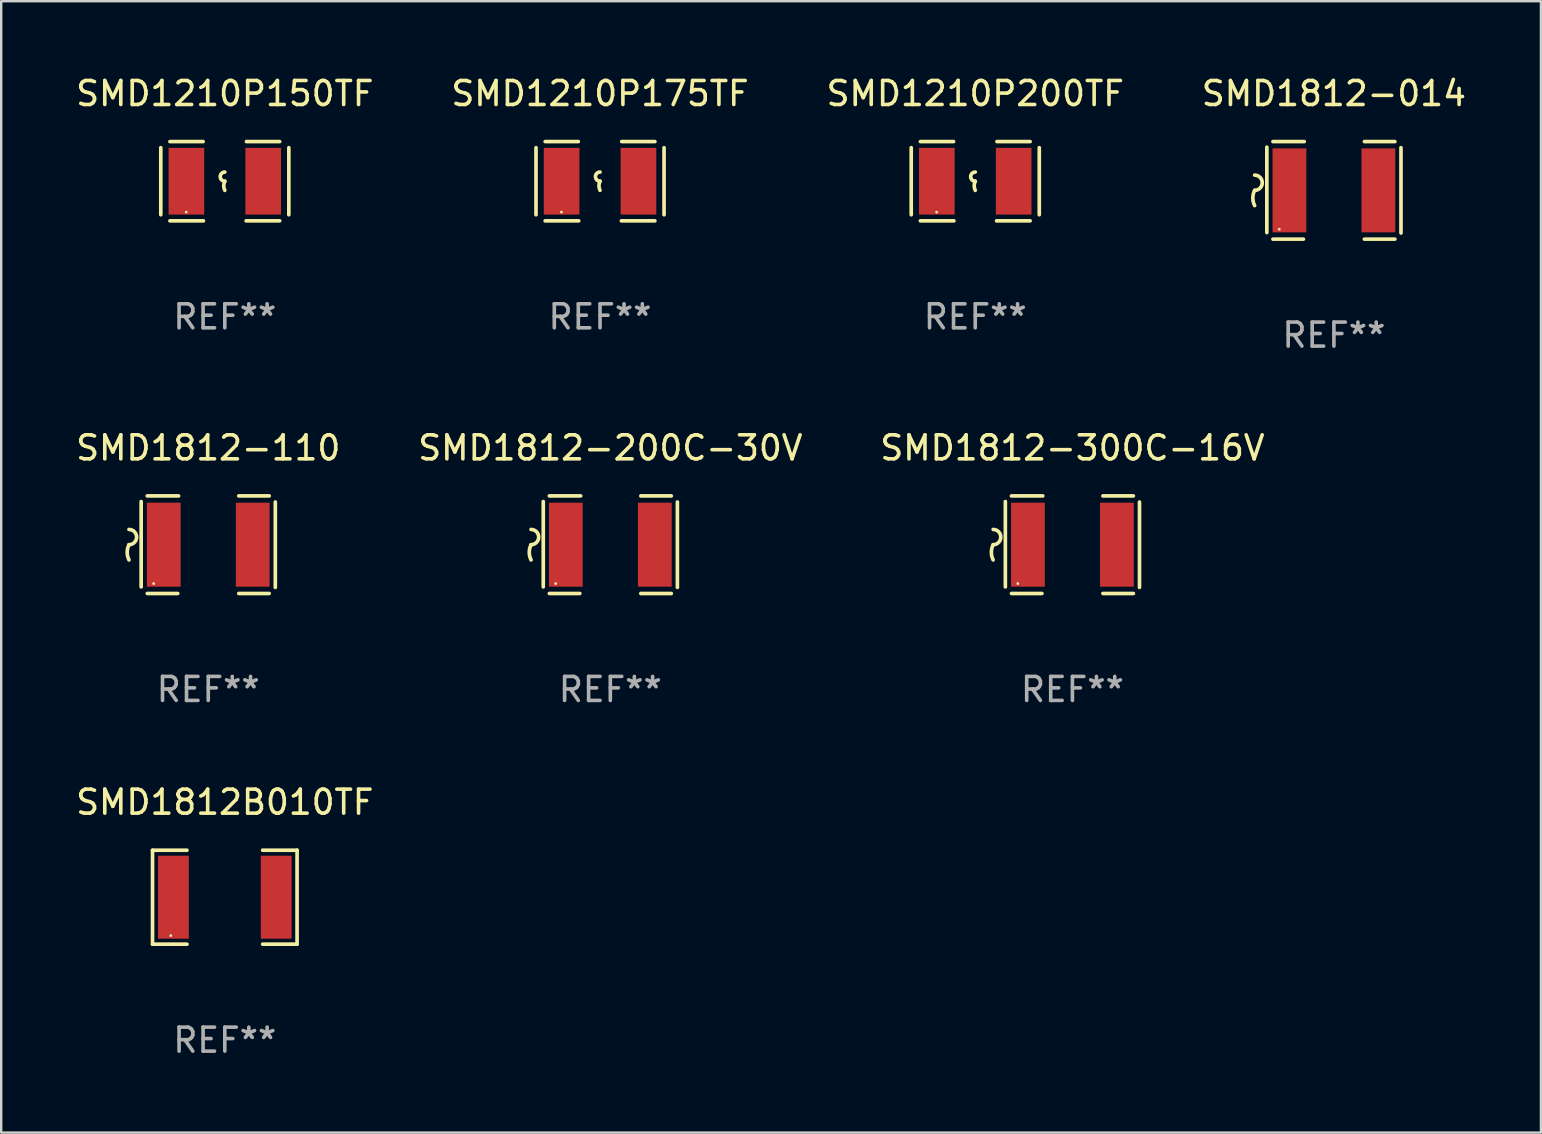
<source format=kicad_pcb>
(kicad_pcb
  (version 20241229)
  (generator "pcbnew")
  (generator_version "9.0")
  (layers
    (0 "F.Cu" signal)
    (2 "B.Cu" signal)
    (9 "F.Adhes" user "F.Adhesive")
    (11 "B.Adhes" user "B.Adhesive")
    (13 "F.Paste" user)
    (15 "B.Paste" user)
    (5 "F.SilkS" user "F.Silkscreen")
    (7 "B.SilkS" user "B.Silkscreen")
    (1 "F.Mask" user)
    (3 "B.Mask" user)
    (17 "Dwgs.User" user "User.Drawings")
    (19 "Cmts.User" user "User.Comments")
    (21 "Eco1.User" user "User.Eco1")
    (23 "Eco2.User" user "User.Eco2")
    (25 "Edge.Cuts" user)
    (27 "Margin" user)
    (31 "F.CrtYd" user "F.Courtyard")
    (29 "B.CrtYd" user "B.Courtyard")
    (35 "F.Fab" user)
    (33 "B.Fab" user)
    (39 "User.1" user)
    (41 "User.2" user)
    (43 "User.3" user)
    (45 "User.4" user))
  (footprint "SMD1210P200TF"
    (layer "F.Cu")
    (at 37.577 4.499)
    (property "Reference" "SMD1210P200TF" (at 0 -3.651 0) (layer "F.SilkS") (effects (font (size 1 1) (thickness 0.15))))
    (attr through_hole)
    (fp_line (start -2.667 -1.397) (end -2.667 1.397) (stroke (width 0.152) (type solid)) (layer "F.SilkS"))
    (fp_line (start -2.286 -1.651) (end -0.903 -1.651) (stroke (width 0.152) (type solid)) (layer "F.SilkS"))
    (fp_line (start -0.889 1.651) (end -2.286 1.651) (stroke (width 0.152) (type solid)) (layer "F.SilkS"))
    (fp_line (start 0.889 1.651) (end 2.286 1.651) (stroke (width 0.152) (type solid)) (layer "F.SilkS"))
    (fp_line (start 2.286 -1.651) (end 0.903 -1.651) (stroke (width 0.152) (type solid)) (layer "F.SilkS"))
    (fp_line (start 2.667 -1.397) (end 2.667 1.397) (stroke (width 0.152) (type solid)) (layer "F.SilkS"))
    (fp_arc (start 0 0) (mid -0.1905 -0.1905) (end 0 -0.381) (stroke (width 0.151994) (type solid)) (layer "F.SilkS"))
    (fp_arc (start 0 0.381001) (mid -0.044971 0.1905) (end 0 0) (stroke (width 0.151994) (type solid)) (layer "F.SilkS"))
    (fp_circle (center -1.608 1.288) (end -1.578 1.288) (stroke (width 0.06) (type solid)) (fill no) (layer "F.SilkS"))
    (fp_text user "REF**" (at 0 5.651 0) (layer "F.Fab") (effects (font (size 1 1) (thickness 0.15))))
    (pad "1" smd rect (at -1.6 0) (size 1.485 2.781) (layers "F.Cu" "F.Mask" "F.Paste"))
    (pad "2" smd rect (at 1.6 0) (size 1.485 2.781) (layers "F.Cu" "F.Mask" "F.Paste")))
  (footprint "SMD1812-110"
    (layer "F.Cu")
    (at 5.625 19.641)
    (property "Reference" "SMD1812-110" (at 0 -4.032 0) (layer "F.SilkS") (effects (font (size 1 1) (thickness 0.15))))
    (attr through_hole)
    (fp_line (start -2.794 -1.798) (end -2.794 1.758) (stroke (width 0.152) (type solid)) (layer "F.SilkS"))
    (fp_line (start -2.54 -2.032) (end -1.235 -2.032) (stroke (width 0.152) (type solid)) (layer "F.SilkS"))
    (fp_line (start -1.27 2.032) (end -2.54 2.032) (stroke (width 0.152) (type solid)) (layer "F.SilkS"))
    (fp_line (start 1.27 2.032) (end 2.54 2.032) (stroke (width 0.152) (type solid)) (layer "F.SilkS"))
    (fp_line (start 2.54 -2.032) (end 1.27 -2.032) (stroke (width 0.152) (type solid)) (layer "F.SilkS"))
    (fp_line (start 2.794 -1.778) (end 2.794 1.778) (stroke (width 0.152) (type solid)) (layer "F.SilkS"))
    (fp_arc (start -3.302007 -0.635002) (mid -2.984506 -0.317501) (end -3.302007 0) (stroke (width 0.151994) (type solid)) (layer "F.SilkS"))
    (fp_arc (start -3.302007 0.635002) (mid -3.376959 0.317501) (end -3.302007 0) (stroke (width 0.151994) (type solid)) (layer "F.SilkS"))
    (fp_circle (center -2.275 1.62) (end -2.245 1.62) (stroke (width 0.06) (type solid)) (fill no) (layer "F.SilkS"))
    (fp_text user "REF**" (at 0 6.032 0) (layer "F.Fab") (effects (font (size 1 1) (thickness 0.15))))
    (pad "1" smd rect (at -1.853 0) (size 1.407 3.499) (layers "F.Cu" "F.Mask" "F.Paste"))
    (pad "2" smd rect (at 1.853 0) (size 1.407 3.499) (layers "F.Cu" "F.Mask" "F.Paste")))
  (footprint "SMD1812B010TF"
    (layer "F.Cu")
    (at 6.315 34.326)
    (property "Reference" "SMD1812B010TF" (at 0 -3.957 0) (layer "F.SilkS") (effects (font (size 1 1) (thickness 0.15))))
    (attr through_hole)
    (fp_line (start -3.011 -1.957) (end -1.576 -1.957) (stroke (width 0.152) (type solid)) (layer "F.SilkS"))
    (fp_line (start -3.011 1.957) (end -3.011 -1.957) (stroke (width 0.152) (type solid)) (layer "F.SilkS"))
    (fp_line (start -1.576 1.957) (end -3.011 1.957) (stroke (width 0.152) (type solid)) (layer "F.SilkS"))
    (fp_line (start 1.576 1.957) (end 3.011 1.957) (stroke (width 0.152) (type solid)) (layer "F.SilkS"))
    (fp_line (start 3.011 -1.957) (end 1.576 -1.957) (stroke (width 0.152) (type solid)) (layer "F.SilkS"))
    (fp_line (start 3.011 1.957) (end 3.011 -1.957) (stroke (width 0.152) (type solid)) (layer "F.SilkS"))
    (fp_circle (center -2.25 1.6) (end -2.22 1.6) (stroke (width 0.06) (type solid)) (fill no) (layer "F.SilkS"))
    (fp_text user "REF**" (at 0 5.957 0) (layer "F.Fab") (effects (font (size 1 1) (thickness 0.15))))
    (pad "1" smd rect (at -2.141 0) (size 1.283 3.456) (layers "F.Cu" "F.Mask" "F.Paste"))
    (pad "2" smd rect (at 2.141 0) (size 1.283 3.456) (layers "F.Cu" "F.Mask" "F.Paste")))
  (footprint "SMD1210P175TF"
    (layer "F.Cu")
    (at 21.946 4.499)
    (property "Reference" "SMD1210P175TF" (at 0 -3.651 0) (layer "F.SilkS") (effects (font (size 1 1) (thickness 0.15))))
    (attr through_hole)
    (fp_line (start -2.667 -1.397) (end -2.667 1.397) (stroke (width 0.152) (type solid)) (layer "F.SilkS"))
    (fp_line (start -2.286 -1.651) (end -0.903 -1.651) (stroke (width 0.152) (type solid)) (layer "F.SilkS"))
    (fp_line (start -0.889 1.651) (end -2.286 1.651) (stroke (width 0.152) (type solid)) (layer "F.SilkS"))
    (fp_line (start 0.889 1.651) (end 2.286 1.651) (stroke (width 0.152) (type solid)) (layer "F.SilkS"))
    (fp_line (start 2.286 -1.651) (end 0.903 -1.651) (stroke (width 0.152) (type solid)) (layer "F.SilkS"))
    (fp_line (start 2.667 -1.397) (end 2.667 1.397) (stroke (width 0.152) (type solid)) (layer "F.SilkS"))
    (fp_arc (start 0 0) (mid -0.1905 -0.1905) (end 0 -0.381) (stroke (width 0.151994) (type solid)) (layer "F.SilkS"))
    (fp_arc (start 0 0.381001) (mid -0.044971 0.1905) (end 0 0) (stroke (width 0.151994) (type solid)) (layer "F.SilkS"))
    (fp_circle (center -1.608 1.288) (end -1.578 1.288) (stroke (width 0.06) (type solid)) (fill no) (layer "F.SilkS"))
    (fp_text user "REF**" (at 0 5.651 0) (layer "F.Fab") (effects (font (size 1 1) (thickness 0.15))))
    (pad "1" smd rect (at -1.6 0) (size 1.485 2.781) (layers "F.Cu" "F.Mask" "F.Paste"))
    (pad "2" smd rect (at 1.6 0) (size 1.485 2.781) (layers "F.Cu" "F.Mask" "F.Paste")))
  (footprint "SMD1210P150TF"
    (layer "F.Cu")
    (at 6.315 4.499)
    (property "Reference" "SMD1210P150TF" (at 0 -3.651 0) (layer "F.SilkS") (effects (font (size 1 1) (thickness 0.15))))
    (attr through_hole)
    (fp_line (start -2.667 -1.397) (end -2.667 1.397) (stroke (width 0.152) (type solid)) (layer "F.SilkS"))
    (fp_line (start -2.286 -1.651) (end -0.903 -1.651) (stroke (width 0.152) (type solid)) (layer "F.SilkS"))
    (fp_line (start -0.889 1.651) (end -2.286 1.651) (stroke (width 0.152) (type solid)) (layer "F.SilkS"))
    (fp_line (start 0.889 1.651) (end 2.286 1.651) (stroke (width 0.152) (type solid)) (layer "F.SilkS"))
    (fp_line (start 2.286 -1.651) (end 0.903 -1.651) (stroke (width 0.152) (type solid)) (layer "F.SilkS"))
    (fp_line (start 2.667 -1.397) (end 2.667 1.397) (stroke (width 0.152) (type solid)) (layer "F.SilkS"))
    (fp_arc (start 0 0) (mid -0.1905 -0.1905) (end 0 -0.381) (stroke (width 0.151994) (type solid)) (layer "F.SilkS"))
    (fp_arc (start 0 0.381001) (mid -0.044971 0.1905) (end 0 0) (stroke (width 0.151994) (type solid)) (layer "F.SilkS"))
    (fp_circle (center -1.608 1.288) (end -1.578 1.288) (stroke (width 0.06) (type solid)) (fill no) (layer "F.SilkS"))
    (fp_text user "REF**" (at 0 5.651 0) (layer "F.Fab") (effects (font (size 1 1) (thickness 0.15))))
    (pad "1" smd rect (at -1.6 0) (size 1.485 2.781) (layers "F.Cu" "F.Mask" "F.Paste"))
    (pad "2" smd rect (at 1.6 0) (size 1.485 2.781) (layers "F.Cu" "F.Mask" "F.Paste")))
  (footprint "SMD1812-300C-16V"
    (layer "F.Cu")
    (at 41.625 19.641)
    (property "Reference" "SMD1812-300C-16V" (at 0 -4.032 0) (layer "F.SilkS") (effects (font (size 1 1) (thickness 0.15))))
    (attr through_hole)
    (fp_line (start -2.794 -1.798) (end -2.794 1.758) (stroke (width 0.152) (type solid)) (layer "F.SilkS"))
    (fp_line (start -2.54 -2.032) (end -1.235 -2.032) (stroke (width 0.152) (type solid)) (layer "F.SilkS"))
    (fp_line (start -1.27 2.032) (end -2.54 2.032) (stroke (width 0.152) (type solid)) (layer "F.SilkS"))
    (fp_line (start 1.27 2.032) (end 2.54 2.032) (stroke (width 0.152) (type solid)) (layer "F.SilkS"))
    (fp_line (start 2.54 -2.032) (end 1.27 -2.032) (stroke (width 0.152) (type solid)) (layer "F.SilkS"))
    (fp_line (start 2.794 -1.778) (end 2.794 1.778) (stroke (width 0.152) (type solid)) (layer "F.SilkS"))
    (fp_arc (start -3.302007 -0.635002) (mid -2.984506 -0.317501) (end -3.302007 0) (stroke (width 0.151994) (type solid)) (layer "F.SilkS"))
    (fp_arc (start -3.302007 0.635002) (mid -3.376959 0.317501) (end -3.302007 0) (stroke (width 0.151994) (type solid)) (layer "F.SilkS"))
    (fp_circle (center -2.275 1.62) (end -2.245 1.62) (stroke (width 0.06) (type solid)) (fill no) (layer "F.SilkS"))
    (fp_text user "REF**" (at 0 6.032 0) (layer "F.Fab") (effects (font (size 1 1) (thickness 0.15))))
    (pad "1" smd rect (at -1.853 0) (size 1.407 3.499) (layers "F.Cu" "F.Mask" "F.Paste"))
    (pad "2" smd rect (at 1.853 0) (size 1.407 3.499) (layers "F.Cu" "F.Mask" "F.Paste")))
  (footprint "SMD1812-200C-30V"
    (layer "F.Cu")
    (at 22.375 19.641)
    (property "Reference" "SMD1812-200C-30V" (at 0 -4.032 0) (layer "F.SilkS") (effects (font (size 1 1) (thickness 0.15))))
    (attr through_hole)
    (fp_line (start -2.794 -1.798) (end -2.794 1.758) (stroke (width 0.152) (type solid)) (layer "F.SilkS"))
    (fp_line (start -2.54 -2.032) (end -1.235 -2.032) (stroke (width 0.152) (type solid)) (layer "F.SilkS"))
    (fp_line (start -1.27 2.032) (end -2.54 2.032) (stroke (width 0.152) (type solid)) (layer "F.SilkS"))
    (fp_line (start 1.27 2.032) (end 2.54 2.032) (stroke (width 0.152) (type solid)) (layer "F.SilkS"))
    (fp_line (start 2.54 -2.032) (end 1.27 -2.032) (stroke (width 0.152) (type solid)) (layer "F.SilkS"))
    (fp_line (start 2.794 -1.778) (end 2.794 1.778) (stroke (width 0.152) (type solid)) (layer "F.SilkS"))
    (fp_arc (start -3.302007 -0.635002) (mid -2.984506 -0.317501) (end -3.302007 0) (stroke (width 0.151994) (type solid)) (layer "F.SilkS"))
    (fp_arc (start -3.302007 0.635002) (mid -3.376959 0.317501) (end -3.302007 0) (stroke (width 0.151994) (type solid)) (layer "F.SilkS"))
    (fp_circle (center -2.275 1.62) (end -2.245 1.62) (stroke (width 0.06) (type solid)) (fill no) (layer "F.SilkS"))
    (fp_text user "REF**" (at 0 6.032 0) (layer "F.Fab") (effects (font (size 1 1) (thickness 0.15))))
    (pad "1" smd rect (at -1.853 0) (size 1.407 3.499) (layers "F.Cu" "F.Mask" "F.Paste"))
    (pad "2" smd rect (at 1.853 0) (size 1.407 3.499) (layers "F.Cu" "F.Mask" "F.Paste")))
  (footprint "SMD1812-014"
    (layer "F.Cu")
    (at 52.518 4.88)
    (property "Reference" "SMD1812-014" (at 0 -4.032 0) (layer "F.SilkS") (effects (font (size 1 1) (thickness 0.15))))
    (attr through_hole)
    (fp_line (start -2.794 -1.798) (end -2.794 1.758) (stroke (width 0.152) (type solid)) (layer "F.SilkS"))
    (fp_line (start -2.54 -2.032) (end -1.235 -2.032) (stroke (width 0.152) (type solid)) (layer "F.SilkS"))
    (fp_line (start -1.27 2.032) (end -2.54 2.032) (stroke (width 0.152) (type solid)) (layer "F.SilkS"))
    (fp_line (start 1.27 2.032) (end 2.54 2.032) (stroke (width 0.152) (type solid)) (layer "F.SilkS"))
    (fp_line (start 2.54 -2.032) (end 1.27 -2.032) (stroke (width 0.152) (type solid)) (layer "F.SilkS"))
    (fp_line (start 2.794 -1.778) (end 2.794 1.778) (stroke (width 0.152) (type solid)) (layer "F.SilkS"))
    (fp_arc (start -3.302007 -0.635002) (mid -2.984506 -0.317501) (end -3.302007 0) (stroke (width 0.151994) (type solid)) (layer "F.SilkS"))
    (fp_arc (start -3.302007 0.635002) (mid -3.376959 0.317501) (end -3.302007 0) (stroke (width 0.151994) (type solid)) (layer "F.SilkS"))
    (fp_circle (center -2.275 1.62) (end -2.245 1.62) (stroke (width 0.06) (type solid)) (fill no) (layer "F.SilkS"))
    (fp_text user "REF**" (at 0 6.032 0) (layer "F.Fab") (effects (font (size 1 1) (thickness 0.15))))
    (pad "1" smd rect (at -1.853 0) (size 1.407 3.499) (layers "F.Cu" "F.Mask" "F.Paste"))
    (pad "2" smd rect (at 1.853 0) (size 1.407 3.499) (layers "F.Cu" "F.Mask" "F.Paste")))
  (gr_rect
    (start -3 -3)
    (end 61.143 44.131)
    (stroke (width 0.1) (type default))
    (fill no)
    (layer "Edge.Cuts")))
</source>
